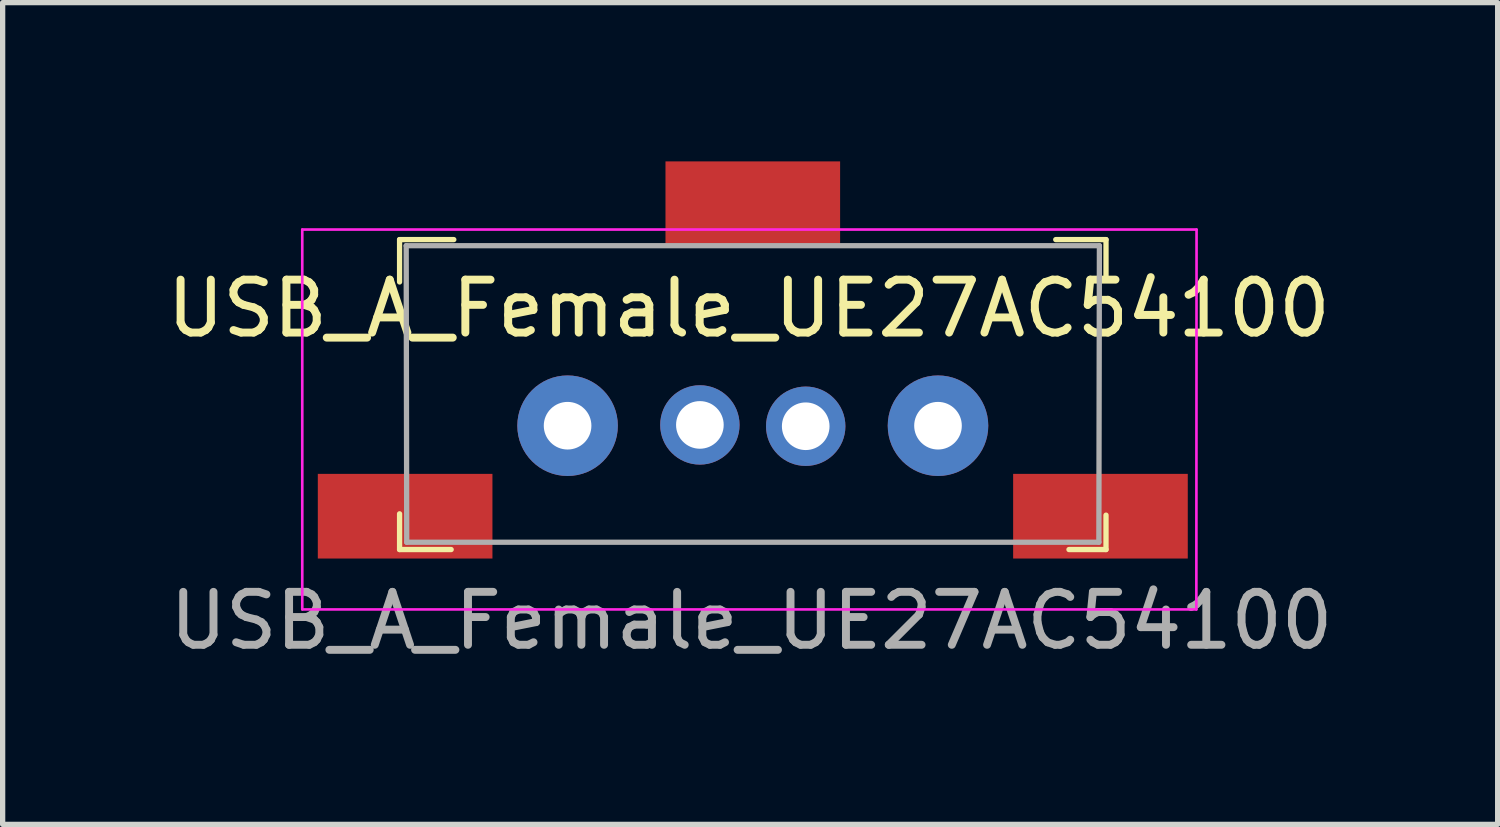
<source format=kicad_pcb>
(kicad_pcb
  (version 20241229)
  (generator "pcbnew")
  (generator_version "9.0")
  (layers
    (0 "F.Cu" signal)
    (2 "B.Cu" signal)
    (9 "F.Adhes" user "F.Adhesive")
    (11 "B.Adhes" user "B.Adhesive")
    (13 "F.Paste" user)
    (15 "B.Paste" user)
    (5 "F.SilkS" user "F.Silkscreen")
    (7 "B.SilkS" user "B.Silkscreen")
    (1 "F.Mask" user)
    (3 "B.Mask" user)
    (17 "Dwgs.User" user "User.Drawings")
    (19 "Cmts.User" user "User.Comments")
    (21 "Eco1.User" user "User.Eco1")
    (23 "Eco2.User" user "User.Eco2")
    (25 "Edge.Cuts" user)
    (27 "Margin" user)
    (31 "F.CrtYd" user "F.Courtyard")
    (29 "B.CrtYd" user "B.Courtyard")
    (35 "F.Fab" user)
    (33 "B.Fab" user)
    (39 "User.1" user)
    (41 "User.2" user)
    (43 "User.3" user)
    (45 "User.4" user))
  (footprint "USB_A_Female_UE27AC54100"
    (layer "F.Cu")
    (at 11.176 7.705)
    (property "Reference" "USB_A_Female_UE27AC54100" (at -0.075 -4.925 0) (layer "F.SilkS") (effects (font (size 1 1) (thickness 0.15))))
    (attr through_hole)
    (fp_line (start -6.675 -6.227) (end -6.675 -5.427) (stroke (width 0.1) (type solid)) (layer "F.SilkS"))
    (fp_line (start -6.675 -0.37) (end -6.675 -1.045) (stroke (width 0.1) (type solid)) (layer "F.SilkS"))
    (fp_line (start -5.7 -0.37) (end -6.675 -0.37) (stroke (width 0.1) (type solid)) (layer "F.SilkS"))
    (fp_line (start -5.65 -6.227) (end -6.675 -6.227) (stroke (width 0.1) (type solid)) (layer "F.SilkS"))
    (fp_line (start 5.725 -6.227) (end 6.675 -6.227) (stroke (width 0.1) (type solid)) (layer "F.SilkS"))
    (fp_line (start 6.675 -6.227) (end 6.675 -5.502) (stroke (width 0.1) (type solid)) (layer "F.SilkS"))
    (fp_line (start 6.675 -1.02) (end 6.675 -0.37) (stroke (width 0.1) (type solid)) (layer "F.SilkS"))
    (fp_line (start 6.675 -0.37) (end 5.975 -0.37) (stroke (width 0.1) (type solid)) (layer "F.SilkS"))
    (fp_line (start -8.514 -6.417) (end -8.514 0.762) (stroke (width 0.05) (type solid)) (layer "F.CrtYd"))
    (fp_line (start -8.514 -6.417) (end 8.386 -6.417) (stroke (width 0.05) (type solid)) (layer "F.CrtYd"))
    (fp_line (start -8.509 0.762) (end 8.382 0.762) (stroke (width 0.05) (type solid)) (layer "F.CrtYd"))
    (fp_line (start 8.386 -6.417) (end 8.382 0.762) (stroke (width 0.05) (type solid)) (layer "F.CrtYd"))
    (fp_line (start -6.55 -6.112) (end -6.54 -0.508) (stroke (width 0.1) (type solid)) (layer "F.Fab"))
    (fp_line (start -6.55 -6.112) (end 6.55 -6.112) (stroke (width 0.1) (type solid)) (layer "F.Fab"))
    (fp_line (start -6.54 -0.508) (end 6.54 -0.508) (stroke (width 0.1) (type solid)) (layer "F.Fab"))
    (fp_line (start 6.55 -6.112) (end 6.54 -0.508) (stroke (width 0.1) (type solid)) (layer "F.Fab"))
    (fp_text user "${REFERENCE}" (at -0.025 0.975 0) (layer "F.Fab") (effects (font (size 1 1) (thickness 0.15))))
    (pad "1" thru_hole circle (at -3.5 -2.71) (size 1.9 1.9) (drill 0.9) (layers "*.Cu" "*.Mask"))
    (pad "2" thru_hole circle (at -1 -2.725) (size 1.5 1.5) (drill 0.9) (layers "*.Cu" "*.Mask"))
    (pad "3" thru_hole circle (at 1 -2.7) (size 1.5 1.5) (drill 0.9) (layers "*.Cu" "*.Mask"))
    (pad "4" thru_hole circle (at 3.5 -2.71) (size 1.9 1.9) (drill 0.9) (layers "*.Cu" "*.Mask"))
    (pad "5" smd rect (at -6.57 -1) (size 3.3 1.6) (layers "F.Cu" "F.Mask" "F.Paste"))
    (pad "5" smd rect (at 0 -6.905) (size 3.3 1.6) (layers "F.Cu" "F.Mask" "F.Paste"))
    (pad "5" smd rect (at 6.57 -1) (size 3.3 1.6) (layers "F.Cu" "F.Mask" "F.Paste")))
  (gr_rect
    (start -3 -3)
    (end 25.252 12.529)
    (stroke (width 0.1) (type default))
    (fill no)
    (layer "Edge.Cuts")))
</source>
